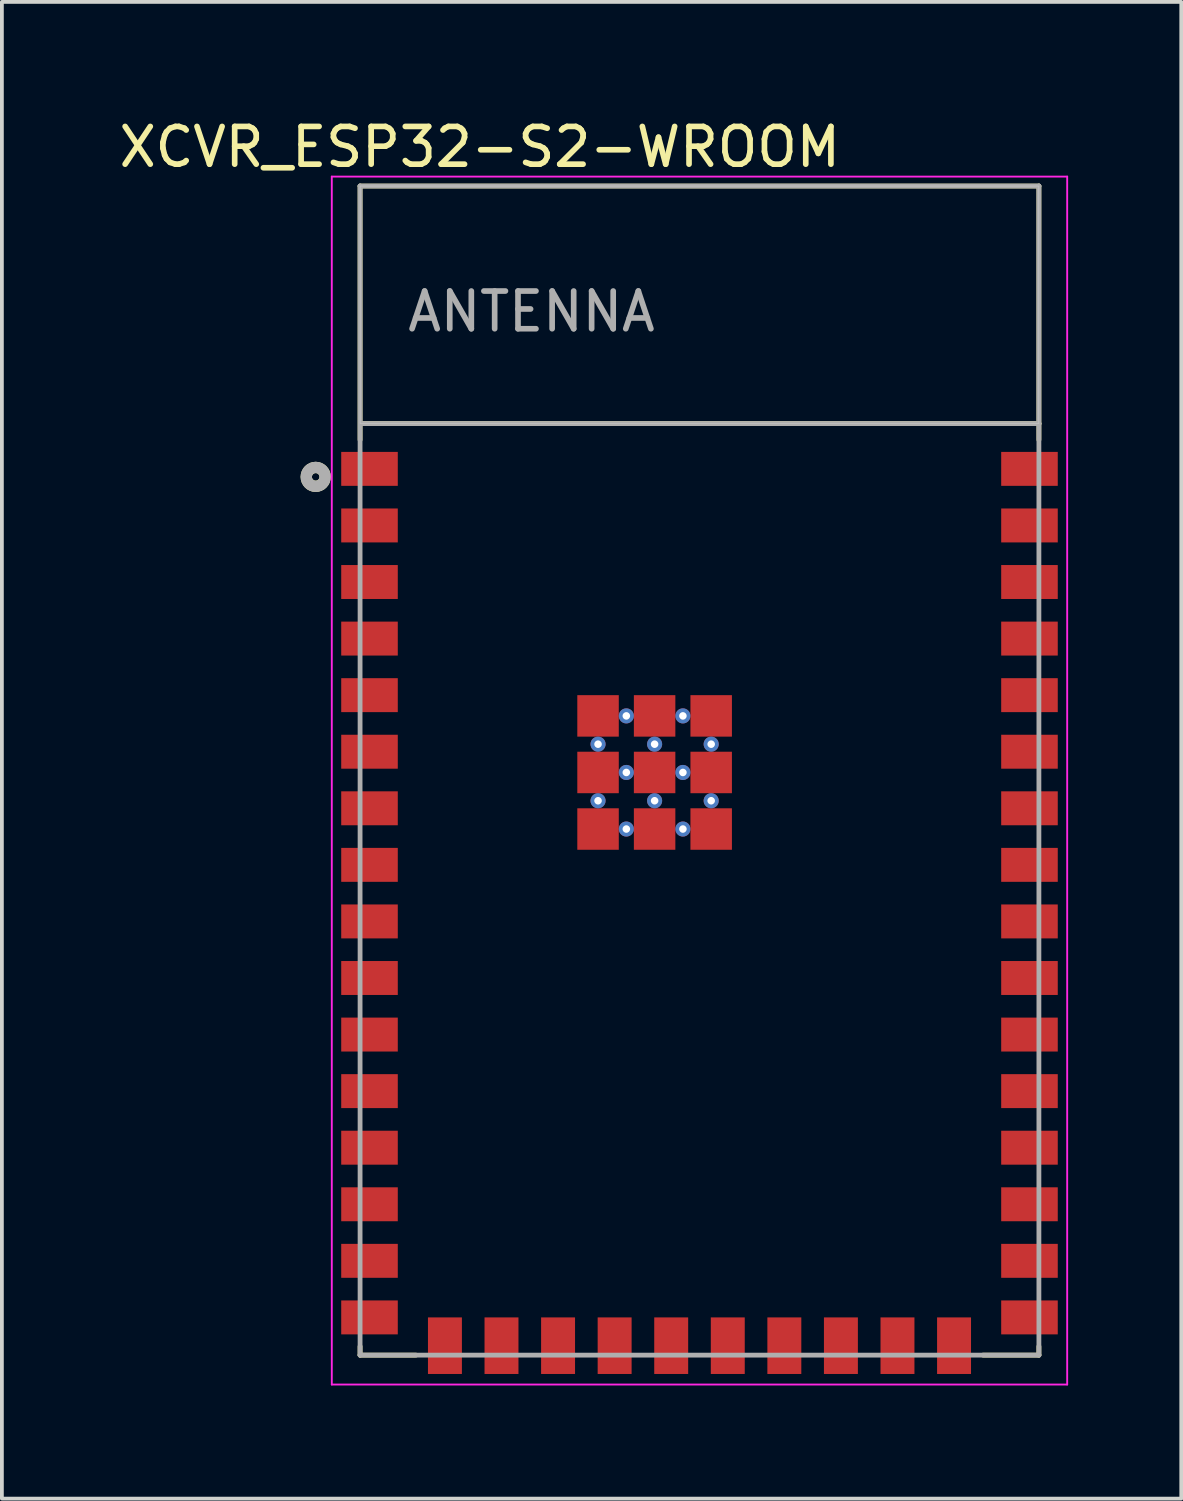
<source format=kicad_pcb>
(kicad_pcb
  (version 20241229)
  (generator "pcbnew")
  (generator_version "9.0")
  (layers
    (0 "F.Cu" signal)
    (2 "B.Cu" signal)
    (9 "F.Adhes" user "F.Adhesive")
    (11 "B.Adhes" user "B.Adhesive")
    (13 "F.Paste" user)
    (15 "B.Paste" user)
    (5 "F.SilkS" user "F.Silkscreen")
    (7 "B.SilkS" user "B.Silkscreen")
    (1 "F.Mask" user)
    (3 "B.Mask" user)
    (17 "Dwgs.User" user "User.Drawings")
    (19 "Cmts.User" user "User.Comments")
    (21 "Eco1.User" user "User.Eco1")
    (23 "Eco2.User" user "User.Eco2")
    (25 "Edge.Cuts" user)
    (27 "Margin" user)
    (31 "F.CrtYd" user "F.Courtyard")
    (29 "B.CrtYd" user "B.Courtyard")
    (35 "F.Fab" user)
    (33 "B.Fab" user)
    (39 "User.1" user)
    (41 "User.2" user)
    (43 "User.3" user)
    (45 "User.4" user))
  (footprint "XCVR_ESP32-S2-WROOM"
    (layer "F.Cu")
    (at 15.498 17.383)
    (property "Reference" "XCVR_ESP32-S2-WROOM" (at -5.825 -16.535 0) (layer "F.SilkS") (effects (font (size 1 1) (thickness 0.15))))
    (attr through_hole)
    (fp_line (start -9 -15.5) (end 9 -15.5) (stroke (width 0.127) (type solid)) (layer "F.SilkS"))
    (fp_line (start -9 -8.77) (end -9 -15.5) (stroke (width 0.127) (type solid)) (layer "F.SilkS"))
    (fp_line (start -9 15.27) (end -9 15.5) (stroke (width 0.127) (type solid)) (layer "F.SilkS"))
    (fp_line (start -9 15.5) (end -7.52 15.5) (stroke (width 0.127) (type solid)) (layer "F.SilkS"))
    (fp_line (start -8.96 -9.2) (end 9 -9.2) (stroke (width 0.127) (type solid)) (layer "F.SilkS"))
    (fp_line (start 9 -15.5) (end 9 -9.2) (stroke (width 0.127) (type solid)) (layer "F.SilkS"))
    (fp_line (start 9 -9.2) (end 9 -8.77) (stroke (width 0.127) (type solid)) (layer "F.SilkS"))
    (fp_line (start 9 15.27) (end 9 15.5) (stroke (width 0.127) (type solid)) (layer "F.SilkS"))
    (fp_line (start 9 15.5) (end 7.52 15.5) (stroke (width 0.127) (type solid)) (layer "F.SilkS"))
    (fp_circle (center -10.177 -7.788) (end -10.077 -7.788) (stroke (width 0.3) (type solid)) (fill no) (layer "F.SilkS"))
    (fp_poly (pts (xy -9 -15.5) (xy 9 -15.5) (xy 9 -9.2) (xy -9 -9.2)) (stroke (width 0.01) (type solid)) (fill no) (layer "Dwgs.User"))
    (fp_poly (pts (xy -9 -15.5) (xy 9 -15.5) (xy 9 -9.2) (xy -9 -9.2)) (stroke (width 0.01) (type solid)) (fill no) (layer "Dwgs.User"))
    (fp_poly (pts (xy -9 -15.5) (xy 9 -15.5) (xy 9 -9.2) (xy -9 -9.2)) (stroke (width 0.01) (type solid)) (fill no) (layer "Dwgs.User"))
    (fp_line (start -9.75 -15.75) (end 9.75 -15.75) (stroke (width 0.05) (type solid)) (layer "F.CrtYd"))
    (fp_line (start -9.75 16.28) (end -9.75 -15.75) (stroke (width 0.05) (type solid)) (layer "F.CrtYd"))
    (fp_line (start -9.75 16.28) (end 9.75 16.28) (stroke (width 0.05) (type solid)) (layer "F.CrtYd"))
    (fp_line (start 9.75 -15.75) (end 9.75 16.28) (stroke (width 0.05) (type solid)) (layer "F.CrtYd"))
    (fp_line (start -9 -15.5) (end 9 -15.5) (stroke (width 0.127) (type solid)) (layer "F.Fab"))
    (fp_line (start -9 15.5) (end -9 -15.5) (stroke (width 0.127) (type solid)) (layer "F.Fab"))
    (fp_line (start -8.96 -9.2) (end 9 -9.2) (stroke (width 0.127) (type solid)) (layer "F.Fab"))
    (fp_line (start 9 -15.5) (end 9 -9.2) (stroke (width 0.127) (type solid)) (layer "F.Fab"))
    (fp_line (start 9 -9.2) (end 9 15.5) (stroke (width 0.127) (type solid)) (layer "F.Fab"))
    (fp_line (start 9 15.5) (end -9 15.5) (stroke (width 0.127) (type solid)) (layer "F.Fab"))
    (fp_circle (center -10.177 -7.788) (end -10.077 -7.788) (stroke (width 0.3) (type solid)) (fill no) (layer "F.Fab"))
    (fp_text user "ANTENNA" (at -4.455 -12.171 0) (layer "F.Fab") (effects (font (size 1 1) (thickness 0.15))))
    (pad "1" smd rect (at -8.75 -8) (size 1.5 0.9) (layers "F.Cu" "F.Mask" "F.Paste"))
    (pad "2" smd rect (at -8.75 -6.5) (size 1.5 0.9) (layers "F.Cu" "F.Mask" "F.Paste"))
    (pad "3" smd rect (at -8.75 -5) (size 1.5 0.9) (layers "F.Cu" "F.Mask" "F.Paste"))
    (pad "4" smd rect (at -8.75 -3.5) (size 1.5 0.9) (layers "F.Cu" "F.Mask" "F.Paste"))
    (pad "5" smd rect (at -8.75 -2) (size 1.5 0.9) (layers "F.Cu" "F.Mask" "F.Paste"))
    (pad "6" smd rect (at -8.75 -0.5) (size 1.5 0.9) (layers "F.Cu" "F.Mask" "F.Paste"))
    (pad "7" smd rect (at -8.75 1) (size 1.5 0.9) (layers "F.Cu" "F.Mask" "F.Paste"))
    (pad "8" smd rect (at -8.75 2.5) (size 1.5 0.9) (layers "F.Cu" "F.Mask" "F.Paste"))
    (pad "9" smd rect (at -8.75 4) (size 1.5 0.9) (layers "F.Cu" "F.Mask" "F.Paste"))
    (pad "10" smd rect (at -8.75 5.5) (size 1.5 0.9) (layers "F.Cu" "F.Mask" "F.Paste"))
    (pad "11" smd rect (at -8.75 7) (size 1.5 0.9) (layers "F.Cu" "F.Mask" "F.Paste"))
    (pad "12" smd rect (at -8.75 8.5) (size 1.5 0.9) (layers "F.Cu" "F.Mask" "F.Paste"))
    (pad "13" smd rect (at -8.75 10) (size 1.5 0.9) (layers "F.Cu" "F.Mask" "F.Paste"))
    (pad "14" smd rect (at -8.75 11.5) (size 1.5 0.9) (layers "F.Cu" "F.Mask" "F.Paste"))
    (pad "15" smd rect (at -8.75 13) (size 1.5 0.9) (layers "F.Cu" "F.Mask" "F.Paste"))
    (pad "16" smd rect (at -8.75 14.5) (size 1.5 0.9) (layers "F.Cu" "F.Mask" "F.Paste"))
    (pad "17" smd rect (at -6.75 15.25) (size 0.9 1.5) (layers "F.Cu" "F.Mask" "F.Paste"))
    (pad "18" smd rect (at -5.25 15.25) (size 0.9 1.5) (layers "F.Cu" "F.Mask" "F.Paste"))
    (pad "19" smd rect (at -3.75 15.25) (size 0.9 1.5) (layers "F.Cu" "F.Mask" "F.Paste"))
    (pad "20" smd rect (at -2.25 15.25) (size 0.9 1.5) (layers "F.Cu" "F.Mask" "F.Paste"))
    (pad "21" smd rect (at -0.75 15.25) (size 0.9 1.5) (layers "F.Cu" "F.Mask" "F.Paste"))
    (pad "22" smd rect (at 0.75 15.25) (size 0.9 1.5) (layers "F.Cu" "F.Mask" "F.Paste"))
    (pad "23" smd rect (at 2.25 15.25) (size 0.9 1.5) (layers "F.Cu" "F.Mask" "F.Paste"))
    (pad "24" smd rect (at 3.75 15.25) (size 0.9 1.5) (layers "F.Cu" "F.Mask" "F.Paste"))
    (pad "25" smd rect (at 5.25 15.25) (size 0.9 1.5) (layers "F.Cu" "F.Mask" "F.Paste"))
    (pad "26" smd rect (at 6.75 15.25) (size 0.9 1.5) (layers "F.Cu" "F.Mask" "F.Paste"))
    (pad "27" smd rect (at 8.75 14.5) (size 1.5 0.9) (layers "F.Cu" "F.Mask" "F.Paste"))
    (pad "28" smd rect (at 8.75 13) (size 1.5 0.9) (layers "F.Cu" "F.Mask" "F.Paste"))
    (pad "29" smd rect (at 8.75 11.5) (size 1.5 0.9) (layers "F.Cu" "F.Mask" "F.Paste"))
    (pad "30" smd rect (at 8.75 10) (size 1.5 0.9) (layers "F.Cu" "F.Mask" "F.Paste"))
    (pad "31" smd rect (at 8.75 8.5) (size 1.5 0.9) (layers "F.Cu" "F.Mask" "F.Paste"))
    (pad "32" smd rect (at 8.75 7) (size 1.5 0.9) (layers "F.Cu" "F.Mask" "F.Paste"))
    (pad "33" smd rect (at 8.75 5.5) (size 1.5 0.9) (layers "F.Cu" "F.Mask" "F.Paste"))
    (pad "34" smd rect (at 8.75 4) (size 1.5 0.9) (layers "F.Cu" "F.Mask" "F.Paste"))
    (pad "35" smd rect (at 8.75 2.5) (size 1.5 0.9) (layers "F.Cu" "F.Mask" "F.Paste"))
    (pad "36" smd rect (at 8.75 1) (size 1.5 0.9) (layers "F.Cu" "F.Mask" "F.Paste"))
    (pad "37" smd rect (at 8.75 -0.5) (size 1.5 0.9) (layers "F.Cu" "F.Mask" "F.Paste"))
    (pad "38" smd rect (at 8.75 -2) (size 1.5 0.9) (layers "F.Cu" "F.Mask" "F.Paste"))
    (pad "39" smd rect (at 8.75 -3.5) (size 1.5 0.9) (layers "F.Cu" "F.Mask" "F.Paste"))
    (pad "40" smd rect (at 8.75 -5) (size 1.5 0.9) (layers "F.Cu" "F.Mask" "F.Paste"))
    (pad "41" smd rect (at 8.75 -6.5) (size 1.5 0.9) (layers "F.Cu" "F.Mask" "F.Paste"))
    (pad "42" smd rect (at 8.75 -8) (size 1.5 0.9) (layers "F.Cu" "F.Mask" "F.Paste"))
    (pad "43.1" smd rect (at -1.19 0.05) (size 1.1 1.1) (layers "F.Cu" "F.Mask" "F.Paste"))
    (pad "43.2" smd rect (at -2.69 0.05) (size 1.1 1.1) (layers "F.Cu" "F.Mask" "F.Paste"))
    (pad "43.3" smd rect (at 0.31 0.05) (size 1.1 1.1) (layers "F.Cu" "F.Mask" "F.Paste"))
    (pad "43.4" smd rect (at -2.69 1.55) (size 1.1 1.1) (layers "F.Cu" "F.Mask" "F.Paste"))
    (pad "43.5" smd rect (at -1.19 1.55) (size 1.1 1.1) (layers "F.Cu" "F.Mask" "F.Paste"))
    (pad "43.6" smd rect (at 0.31 1.55) (size 1.1 1.1) (layers "F.Cu" "F.Mask" "F.Paste"))
    (pad "43.7" smd rect (at -2.69 -1.45) (size 1.1 1.1) (layers "F.Cu" "F.Mask" "F.Paste"))
    (pad "43.8" smd rect (at -1.19 -1.45) (size 1.1 1.1) (layers "F.Cu" "F.Mask" "F.Paste"))
    (pad "43.9" smd rect (at 0.31 -1.45) (size 1.1 1.1) (layers "F.Cu" "F.Mask" "F.Paste"))
    (pad "43.10" thru_hole circle (at -1.19 -0.7) (size 0.4 0.4) (drill 0.2) (layers "*.Cu" "*.Mask"))
    (pad "43.11" thru_hole circle (at -2.69 -0.7) (size 0.4 0.4) (drill 0.2) (layers "*.Cu" "*.Mask"))
    (pad "43.12" thru_hole circle (at 0.31 -0.7) (size 0.4 0.4) (drill 0.2) (layers "*.Cu" "*.Mask"))
    (pad "43.13" thru_hole circle (at -2.69 0.8) (size 0.4 0.4) (drill 0.2) (layers "*.Cu" "*.Mask"))
    (pad "43.14" thru_hole circle (at -1.19 0.8) (size 0.4 0.4) (drill 0.2) (layers "*.Cu" "*.Mask"))
    (pad "43.15" thru_hole circle (at 0.31 0.8) (size 0.4 0.4) (drill 0.2) (layers "*.Cu" "*.Mask"))
    (pad "43.16" thru_hole circle (at -1.94 -1.45) (size 0.4 0.4) (drill 0.2) (layers "*.Cu" "*.Mask"))
    (pad "43.17" thru_hole circle (at -0.44 -1.45) (size 0.4 0.4) (drill 0.2) (layers "*.Cu" "*.Mask"))
    (pad "43.18" thru_hole circle (at -1.94 0.05) (size 0.4 0.4) (drill 0.2) (layers "*.Cu" "*.Mask"))
    (pad "43.19" thru_hole circle (at -0.44 0.05) (size 0.4 0.4) (drill 0.2) (layers "*.Cu" "*.Mask"))
    (pad "43.20" thru_hole circle (at -1.94 1.55) (size 0.4 0.4) (drill 0.2) (layers "*.Cu" "*.Mask"))
    (pad "43.21" thru_hole circle (at -0.44 1.55) (size 0.4 0.4) (drill 0.2) (layers "*.Cu" "*.Mask")))
  (gr_rect
    (start -3 -3)
    (end 28.273 36.688)
    (stroke (width 0.1) (type default))
    (fill no)
    (layer "Edge.Cuts")))
</source>
